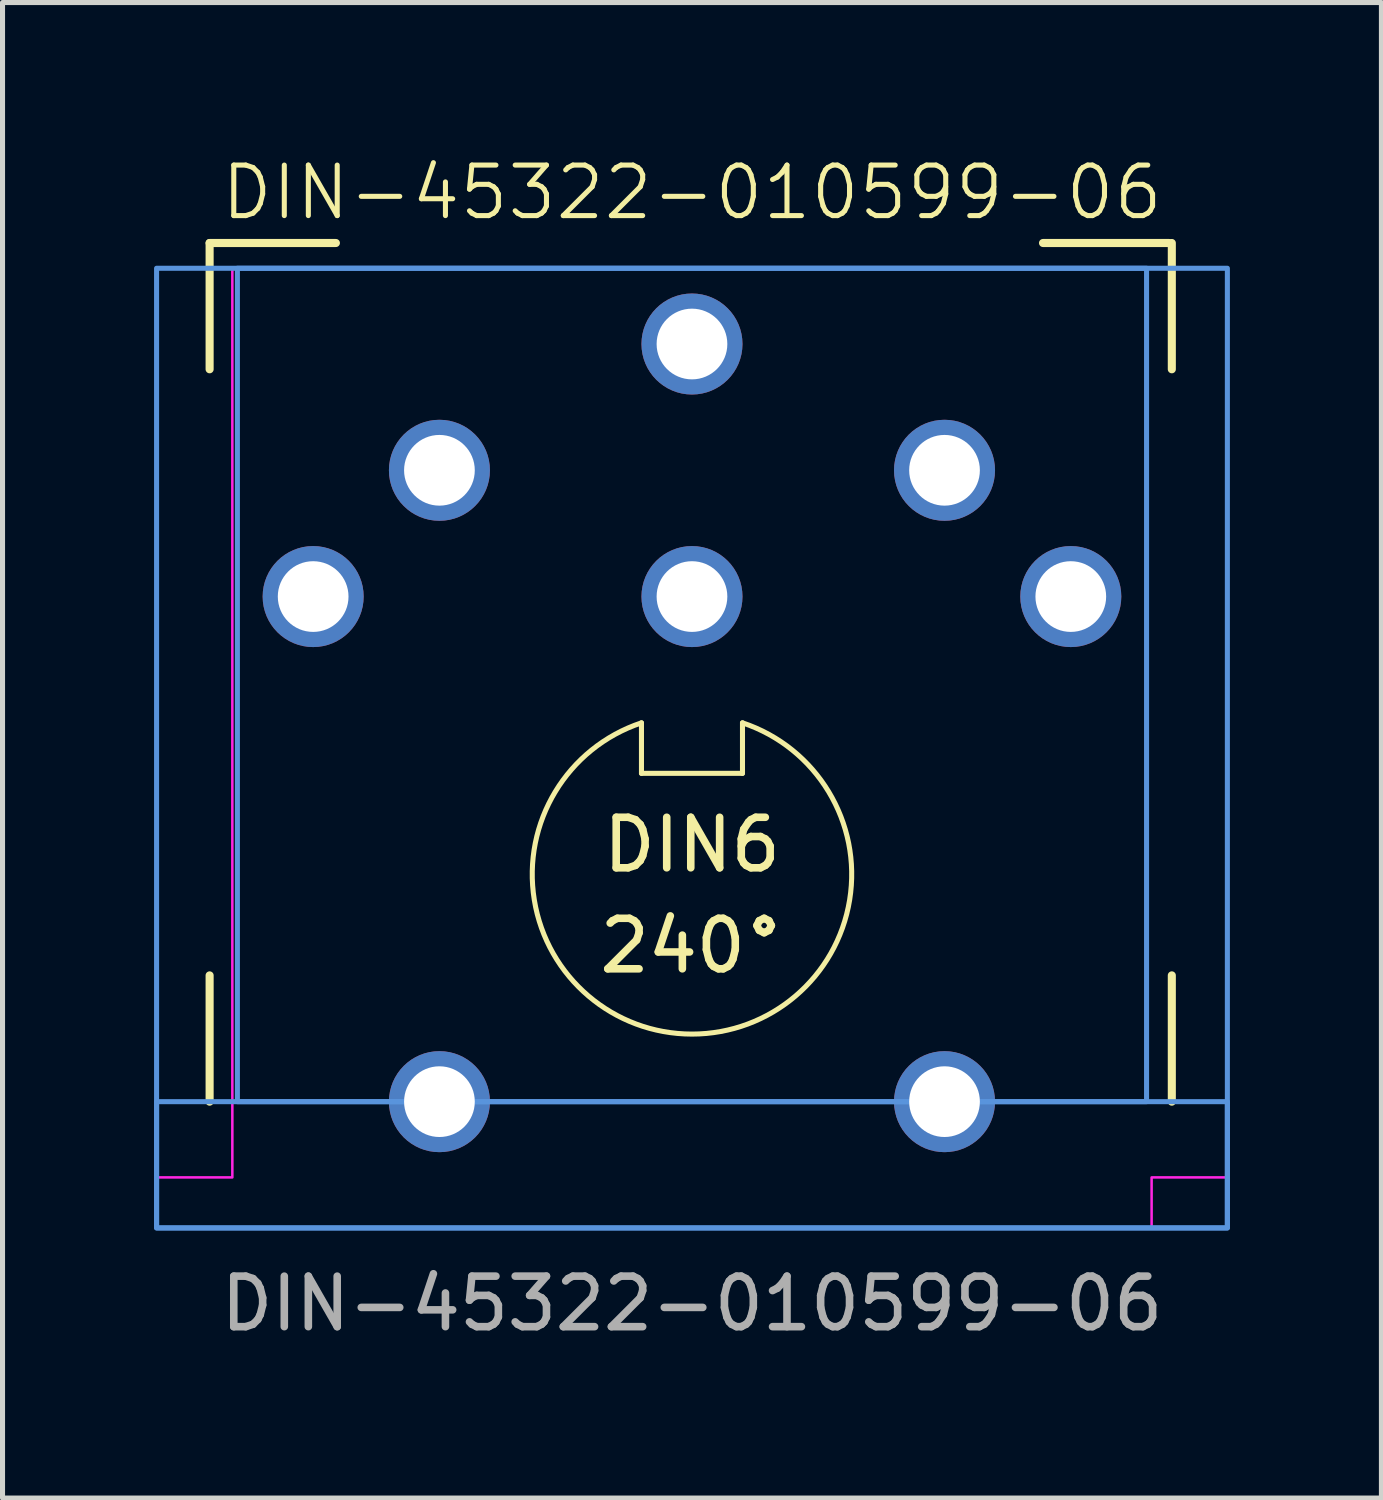
<source format=kicad_pcb>
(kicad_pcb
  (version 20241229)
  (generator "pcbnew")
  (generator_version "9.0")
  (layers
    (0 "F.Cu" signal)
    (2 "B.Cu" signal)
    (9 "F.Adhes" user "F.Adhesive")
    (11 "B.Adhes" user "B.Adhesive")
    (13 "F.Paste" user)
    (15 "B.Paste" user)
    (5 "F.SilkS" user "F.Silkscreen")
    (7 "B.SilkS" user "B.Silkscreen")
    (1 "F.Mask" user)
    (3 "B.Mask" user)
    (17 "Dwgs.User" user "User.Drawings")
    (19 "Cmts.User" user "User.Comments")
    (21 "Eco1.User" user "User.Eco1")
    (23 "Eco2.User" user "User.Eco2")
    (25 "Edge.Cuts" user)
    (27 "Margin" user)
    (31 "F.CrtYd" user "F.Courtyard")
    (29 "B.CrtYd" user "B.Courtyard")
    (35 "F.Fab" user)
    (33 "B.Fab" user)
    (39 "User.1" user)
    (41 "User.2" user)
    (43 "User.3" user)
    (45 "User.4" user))
  (footprint "DIN-45322-010599-06"
    (layer "F.Cu")
    (at 10.65 21.261)
    (property "Reference" "DIN-45322-010599-06" (at 0 -20.5 0) (unlocked yes) (layer "F.SilkS") (effects (font (size 1 1) (thickness 0.1))))
    (attr through_hole)
    (fp_line (start -9.55 -19.5) (end -9.55 -17) (stroke (width 0.16) (type default)) (layer "F.SilkS"))
    (fp_line (start -9.55 -19.5) (end -7.05 -19.5) (stroke (width 0.16) (type default)) (layer "F.SilkS"))
    (fp_line (start -9.55 -5) (end -9.55 -2.5) (stroke (width 0.16) (type default)) (layer "F.SilkS"))
    (fp_line (start -1 -10) (end -1 -9) (stroke (width 0.1) (type default)) (layer "F.SilkS"))
    (fp_line (start -1 -9) (end 1 -9) (stroke (width 0.1) (type default)) (layer "F.SilkS"))
    (fp_line (start 1 -9) (end 1 -10) (stroke (width 0.1) (type default)) (layer "F.SilkS"))
    (fp_line (start 6.95 -19.5) (end 9.45 -19.5) (stroke (width 0.16) (type default)) (layer "F.SilkS"))
    (fp_line (start 9.5 -19.5) (end 9.5 -17) (stroke (width 0.16) (type default)) (layer "F.SilkS"))
    (fp_line (start 9.5 -5) (end 9.5 -2.5) (stroke (width 0.16) (type default)) (layer "F.SilkS"))
    (fp_arc (start 1 -9.999999) (mid 0 -3.837723) (end -1 -9.999999) (stroke (width 0.1) (type default)) (layer "F.SilkS"))
    (fp_rect (start -10.6 -19) (end 10.6 0) (stroke (width 0.1) (type default)) (fill no) (layer "Cmts.User"))
    (fp_rect (start -10.6 -2.5) (end 10.6 0) (stroke (width 0.1) (type default)) (fill no) (layer "Cmts.User"))
    (fp_rect (start -9 -19) (end 9 -2.5) (stroke (width 0.1) (type default)) (fill no) (layer "Cmts.User"))
    (fp_poly (pts (xy 10.6 -1) (xy 9.1 -1) (xy 9.1 0) (xy -10.6 0) (xy -10.6 -1) (xy -9.1 -1) (xy -9.1 -19) (xy 10.6 -19)) (stroke (width 0.05) (type solid)) (fill no) (layer "F.CrtYd"))
    (fp_text user "240°" (at 0 -5 0) (unlocked yes) (layer "F.SilkS") (effects (font (size 1 1) (thickness 0.15)) (justify bottom)))
    (fp_text user "DIN6" (at 0 -7 0) (unlocked yes) (layer "F.SilkS") (effects (font (size 1 1) (thickness 0.15)) (justify bottom)))
    (fp_text user "${REFERENCE}" (at 0 1.5 0) (unlocked yes) (layer "F.Fab") (effects (font (size 1 1) (thickness 0.15))))
    (pad "1" thru_hole circle (at 7.5 -12.5) (size 2 2) (drill 1.4) (layers "*.Cu" "*.Mask"))
    (pad "2" thru_hole circle (at 5 -15) (size 2 2) (drill 1.4) (layers "*.Cu" "*.Mask"))
    (pad "3" thru_hole circle (at 0 -12.5) (size 2 2) (drill 1.4) (layers "*.Cu" "*.Mask"))
    (pad "4" thru_hole circle (at -5 -15) (size 2 2) (drill 1.4) (layers "*.Cu" "*.Mask"))
    (pad "5" thru_hole circle (at -7.5 -12.5) (size 2 2) (drill 1.4) (layers "*.Cu" "*.Mask"))
    (pad "6" thru_hole circle (at 0 -17.5) (size 2 2) (drill 1.4) (layers "*.Cu" "*.Mask"))
    (pad "S" thru_hole circle (at -5 -2.5) (size 2 2) (drill 1.4) (layers "*.Cu" "*.Mask"))
    (pad "S" thru_hole circle (at 5 -2.5) (size 2 2) (drill 1.4) (layers "*.Cu" "*.Mask")))
  (gr_rect
    (start -3 -3)
    (end 24.3 26.609)
    (stroke (width 0.1) (type default))
    (fill no)
    (layer "Edge.Cuts")))
</source>
